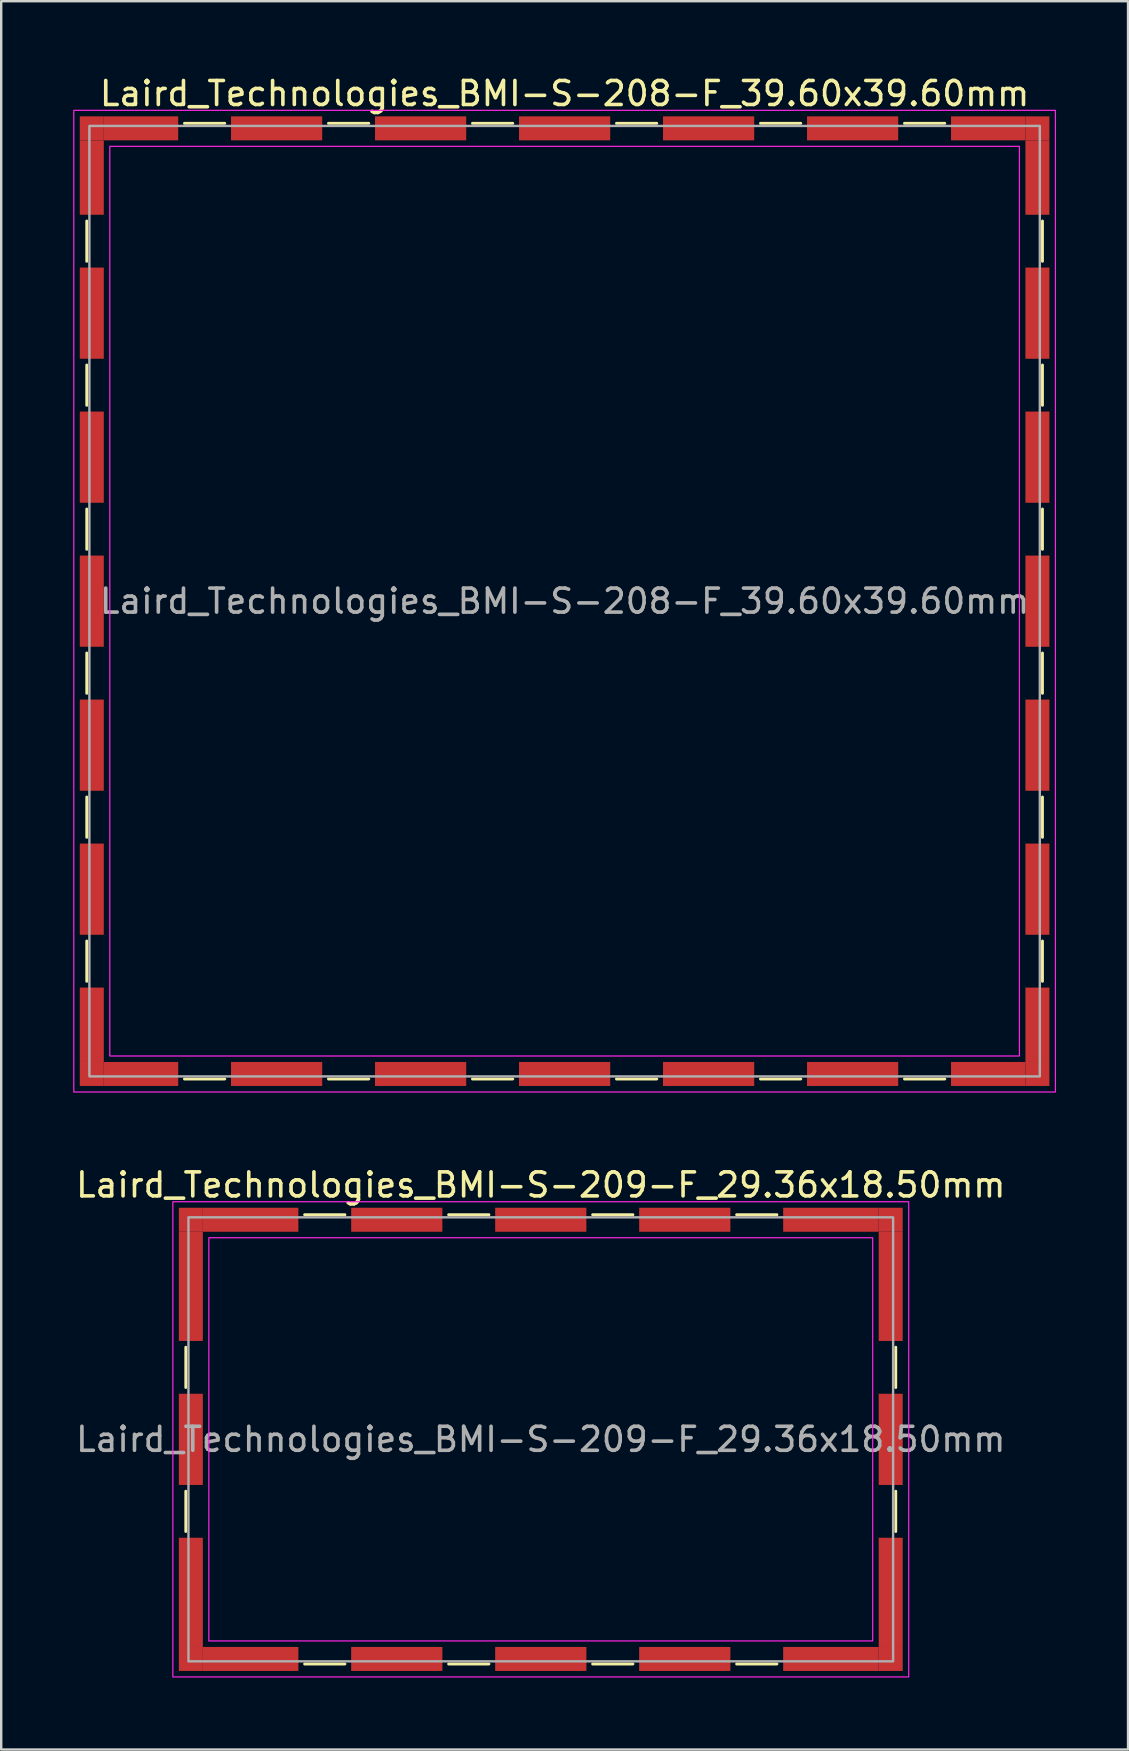
<source format=kicad_pcb>
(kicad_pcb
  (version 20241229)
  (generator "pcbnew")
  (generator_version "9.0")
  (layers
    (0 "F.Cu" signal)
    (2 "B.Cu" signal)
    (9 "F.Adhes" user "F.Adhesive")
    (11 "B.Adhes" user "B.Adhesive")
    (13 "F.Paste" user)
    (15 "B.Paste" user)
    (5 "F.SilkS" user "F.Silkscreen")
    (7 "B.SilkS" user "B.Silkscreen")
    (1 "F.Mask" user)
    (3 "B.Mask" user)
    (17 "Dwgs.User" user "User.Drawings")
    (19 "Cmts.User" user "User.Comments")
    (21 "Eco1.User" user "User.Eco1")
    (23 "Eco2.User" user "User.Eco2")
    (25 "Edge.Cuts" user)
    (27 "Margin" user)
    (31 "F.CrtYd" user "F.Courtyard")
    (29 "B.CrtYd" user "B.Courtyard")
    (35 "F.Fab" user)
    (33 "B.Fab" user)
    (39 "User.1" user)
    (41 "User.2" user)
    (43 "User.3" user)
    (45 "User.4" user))
  (footprint "Laird_Technologies_BMI-S-209-F_29.36x18.50mm"
    (layer "F.Cu")
    (at 19.482 56.922)
    (property "Reference" "Laird_Technologies_BMI-S-209-F_29.36x18.50mm" (at 0 -10.6 0) (layer "F.SilkS") (effects (font (size 1 1) (thickness 0.15))))
    (attr smd)
    (fp_line (start -14.79 -3.84) (end -14.79 -2.16) (stroke (width 0.12) (type solid)) (layer "F.SilkS"))
    (fp_line (start -14.79 2.16) (end -14.79 3.84) (stroke (width 0.12) (type solid)) (layer "F.SilkS"))
    (fp_line (start -9.84 -9.36) (end -8.16 -9.36) (stroke (width 0.12) (type solid)) (layer "F.SilkS"))
    (fp_line (start -9.84 9.36) (end -8.16 9.36) (stroke (width 0.12) (type solid)) (layer "F.SilkS"))
    (fp_line (start -3.84 -9.36) (end -2.16 -9.36) (stroke (width 0.12) (type solid)) (layer "F.SilkS"))
    (fp_line (start -3.84 9.36) (end -2.16 9.36) (stroke (width 0.12) (type solid)) (layer "F.SilkS"))
    (fp_line (start 2.16 -9.36) (end 3.84 -9.36) (stroke (width 0.12) (type solid)) (layer "F.SilkS"))
    (fp_line (start 2.16 9.36) (end 3.84 9.36) (stroke (width 0.12) (type solid)) (layer "F.SilkS"))
    (fp_line (start 8.16 -9.36) (end 9.84 -9.36) (stroke (width 0.12) (type solid)) (layer "F.SilkS"))
    (fp_line (start 8.16 9.36) (end 9.84 9.36) (stroke (width 0.12) (type solid)) (layer "F.SilkS"))
    (fp_line (start 14.79 -3.84) (end 14.79 -2.16) (stroke (width 0.12) (type solid)) (layer "F.SilkS"))
    (fp_line (start 14.79 2.16) (end 14.79 3.84) (stroke (width 0.12) (type solid)) (layer "F.SilkS"))
    (fp_rect (start -15.33 -9.9) (end 15.33 9.9) (stroke (width 0.05) (type solid)) (fill no) (layer "F.CrtYd"))
    (fp_rect (start -13.83 -8.4) (end 13.83 8.4) (stroke (width 0.05) (type solid)) (fill no) (layer "F.CrtYd"))
    (fp_rect (start -14.68 -9.25) (end 14.68 9.25) (stroke (width 0.1) (type solid)) (fill no) (layer "F.Fab"))
    (fp_text user "${REFERENCE}" (at 0 0 0) (layer "F.Fab") (effects (font (size 1 1) (thickness 0.15))))
    (pad "1" smd rect (at -14.58 -9.15) (size 1 1) (layers "F.Cu" "F.Mask" "F.Paste"))
    (pad "1" smd rect (at -14.58 -6.375) (size 1 4.55) (layers "F.Cu" "F.Mask" "F.Paste"))
    (pad "1" smd rect (at -14.58 0) (size 1 3.8) (layers "F.Cu" "F.Mask" "F.Paste"))
    (pad "1" smd rect (at -14.58 6.375) (size 1 4.55) (layers "F.Cu" "F.Mask" "F.Paste"))
    (pad "1" smd rect (at -14.58 9.15) (size 1 1) (layers "F.Cu" "F.Mask" "F.Paste"))
    (pad "1" smd rect (at -12.09 -9.15) (size 3.98 1) (layers "F.Cu" "F.Mask" "F.Paste"))
    (pad "1" smd rect (at -12.09 9.15) (size 3.98 1) (layers "F.Cu" "F.Mask" "F.Paste"))
    (pad "1" smd rect (at -6 -9.15) (size 3.8 1) (layers "F.Cu" "F.Mask" "F.Paste"))
    (pad "1" smd rect (at -6 9.15) (size 3.8 1) (layers "F.Cu" "F.Mask" "F.Paste"))
    (pad "1" smd rect (at 0 -9.15) (size 3.8 1) (layers "F.Cu" "F.Mask" "F.Paste"))
    (pad "1" smd rect (at 0 9.15) (size 3.8 1) (layers "F.Cu" "F.Mask" "F.Paste"))
    (pad "1" smd rect (at 6 -9.15) (size 3.8 1) (layers "F.Cu" "F.Mask" "F.Paste"))
    (pad "1" smd rect (at 6 9.15) (size 3.8 1) (layers "F.Cu" "F.Mask" "F.Paste"))
    (pad "1" smd rect (at 12.09 -9.15) (size 3.98 1) (layers "F.Cu" "F.Mask" "F.Paste"))
    (pad "1" smd rect (at 12.09 9.15) (size 3.98 1) (layers "F.Cu" "F.Mask" "F.Paste"))
    (pad "1" smd rect (at 14.58 -9.15) (size 1 1) (layers "F.Cu" "F.Mask" "F.Paste"))
    (pad "1" smd rect (at 14.58 -6.375) (size 1 4.55) (layers "F.Cu" "F.Mask" "F.Paste"))
    (pad "1" smd rect (at 14.58 0) (size 1 3.8) (layers "F.Cu" "F.Mask" "F.Paste"))
    (pad "1" smd rect (at 14.58 6.375) (size 1 4.55) (layers "F.Cu" "F.Mask" "F.Paste"))
    (pad "1" smd rect (at 14.58 9.15) (size 1 1) (layers "F.Cu" "F.Mask" "F.Paste")))
  (footprint "Laird_Technologies_BMI-S-208-F_39.60x39.60mm"
    (layer "F.Cu")
    (at 20.475 21.998)
    (property "Reference" "Laird_Technologies_BMI-S-208-F_39.60x39.60mm" (at 0 -21.15 0) (layer "F.SilkS") (effects (font (size 1 1) (thickness 0.15))))
    (attr smd)
    (fp_line (start -19.91 -15.84) (end -19.91 -14.16) (stroke (width 0.12) (type solid)) (layer "F.SilkS"))
    (fp_line (start -19.91 -9.84) (end -19.91 -8.16) (stroke (width 0.12) (type solid)) (layer "F.SilkS"))
    (fp_line (start -19.91 -3.84) (end -19.91 -2.16) (stroke (width 0.12) (type solid)) (layer "F.SilkS"))
    (fp_line (start -19.91 2.16) (end -19.91 3.84) (stroke (width 0.12) (type solid)) (layer "F.SilkS"))
    (fp_line (start -19.91 8.16) (end -19.91 9.84) (stroke (width 0.12) (type solid)) (layer "F.SilkS"))
    (fp_line (start -19.91 14.16) (end -19.91 15.84) (stroke (width 0.12) (type solid)) (layer "F.SilkS"))
    (fp_line (start -15.84 -19.91) (end -14.16 -19.91) (stroke (width 0.12) (type solid)) (layer "F.SilkS"))
    (fp_line (start -15.84 19.91) (end -14.16 19.91) (stroke (width 0.12) (type solid)) (layer "F.SilkS"))
    (fp_line (start -9.84 -19.91) (end -8.16 -19.91) (stroke (width 0.12) (type solid)) (layer "F.SilkS"))
    (fp_line (start -9.84 19.91) (end -8.16 19.91) (stroke (width 0.12) (type solid)) (layer "F.SilkS"))
    (fp_line (start -3.84 -19.91) (end -2.16 -19.91) (stroke (width 0.12) (type solid)) (layer "F.SilkS"))
    (fp_line (start -3.84 19.91) (end -2.16 19.91) (stroke (width 0.12) (type solid)) (layer "F.SilkS"))
    (fp_line (start 2.16 -19.91) (end 3.84 -19.91) (stroke (width 0.12) (type solid)) (layer "F.SilkS"))
    (fp_line (start 2.16 19.91) (end 3.84 19.91) (stroke (width 0.12) (type solid)) (layer "F.SilkS"))
    (fp_line (start 8.16 -19.91) (end 9.84 -19.91) (stroke (width 0.12) (type solid)) (layer "F.SilkS"))
    (fp_line (start 8.16 19.91) (end 9.84 19.91) (stroke (width 0.12) (type solid)) (layer "F.SilkS"))
    (fp_line (start 14.16 -19.91) (end 15.84 -19.91) (stroke (width 0.12) (type solid)) (layer "F.SilkS"))
    (fp_line (start 14.16 19.91) (end 15.84 19.91) (stroke (width 0.12) (type solid)) (layer "F.SilkS"))
    (fp_line (start 19.91 -15.84) (end 19.91 -14.16) (stroke (width 0.12) (type solid)) (layer "F.SilkS"))
    (fp_line (start 19.91 -9.84) (end 19.91 -8.16) (stroke (width 0.12) (type solid)) (layer "F.SilkS"))
    (fp_line (start 19.91 -3.84) (end 19.91 -2.16) (stroke (width 0.12) (type solid)) (layer "F.SilkS"))
    (fp_line (start 19.91 2.16) (end 19.91 3.84) (stroke (width 0.12) (type solid)) (layer "F.SilkS"))
    (fp_line (start 19.91 8.16) (end 19.91 9.84) (stroke (width 0.12) (type solid)) (layer "F.SilkS"))
    (fp_line (start 19.91 14.16) (end 19.91 15.84) (stroke (width 0.12) (type solid)) (layer "F.SilkS"))
    (fp_rect (start -20.45 -20.45) (end 20.45 20.45) (stroke (width 0.05) (type solid)) (fill no) (layer "F.CrtYd"))
    (fp_rect (start -18.95 -18.95) (end 18.95 18.95) (stroke (width 0.05) (type solid)) (fill no) (layer "F.CrtYd"))
    (fp_rect (start -19.8 -19.8) (end 19.8 19.8) (stroke (width 0.1) (type solid)) (fill no) (layer "F.Fab"))
    (fp_text user "${REFERENCE}" (at 0 0 0) (layer "F.Fab") (effects (font (size 1 1) (thickness 0.15))))
    (pad "1" smd rect (at -19.7 -19.7) (size 1 1) (layers "F.Cu" "F.Mask" "F.Paste"))
    (pad "1" smd rect (at -19.7 -17.65) (size 1 3.1) (layers "F.Cu" "F.Mask" "F.Paste"))
    (pad "1" smd rect (at -19.7 -12) (size 1 3.8) (layers "F.Cu" "F.Mask" "F.Paste"))
    (pad "1" smd rect (at -19.7 -6) (size 1 3.8) (layers "F.Cu" "F.Mask" "F.Paste"))
    (pad "1" smd rect (at -19.7 0) (size 1 3.8) (layers "F.Cu" "F.Mask" "F.Paste"))
    (pad "1" smd rect (at -19.7 6) (size 1 3.8) (layers "F.Cu" "F.Mask" "F.Paste"))
    (pad "1" smd rect (at -19.7 12) (size 1 3.8) (layers "F.Cu" "F.Mask" "F.Paste"))
    (pad "1" smd rect (at -19.7 17.65) (size 1 3.1) (layers "F.Cu" "F.Mask" "F.Paste"))
    (pad "1" smd rect (at -19.7 19.7) (size 1 1) (layers "F.Cu" "F.Mask" "F.Paste"))
    (pad "1" smd rect (at -17.65 -19.7) (size 3.1 1) (layers "F.Cu" "F.Mask" "F.Paste"))
    (pad "1" smd rect (at -17.65 19.7) (size 3.1 1) (layers "F.Cu" "F.Mask" "F.Paste"))
    (pad "1" smd rect (at -12 -19.7) (size 3.8 1) (layers "F.Cu" "F.Mask" "F.Paste"))
    (pad "1" smd rect (at -12 19.7) (size 3.8 1) (layers "F.Cu" "F.Mask" "F.Paste"))
    (pad "1" smd rect (at -6 -19.7) (size 3.8 1) (layers "F.Cu" "F.Mask" "F.Paste"))
    (pad "1" smd rect (at -6 19.7) (size 3.8 1) (layers "F.Cu" "F.Mask" "F.Paste"))
    (pad "1" smd rect (at 0 -19.7) (size 3.8 1) (layers "F.Cu" "F.Mask" "F.Paste"))
    (pad "1" smd rect (at 0 19.7) (size 3.8 1) (layers "F.Cu" "F.Mask" "F.Paste"))
    (pad "1" smd rect (at 6 -19.7) (size 3.8 1) (layers "F.Cu" "F.Mask" "F.Paste"))
    (pad "1" smd rect (at 6 19.7) (size 3.8 1) (layers "F.Cu" "F.Mask" "F.Paste"))
    (pad "1" smd rect (at 12 -19.7) (size 3.8 1) (layers "F.Cu" "F.Mask" "F.Paste"))
    (pad "1" smd rect (at 12 19.7) (size 3.8 1) (layers "F.Cu" "F.Mask" "F.Paste"))
    (pad "1" smd rect (at 17.65 -19.7) (size 3.1 1) (layers "F.Cu" "F.Mask" "F.Paste"))
    (pad "1" smd rect (at 17.65 19.7) (size 3.1 1) (layers "F.Cu" "F.Mask" "F.Paste"))
    (pad "1" smd rect (at 19.7 -19.7) (size 1 1) (layers "F.Cu" "F.Mask" "F.Paste"))
    (pad "1" smd rect (at 19.7 -17.65) (size 1 3.1) (layers "F.Cu" "F.Mask" "F.Paste"))
    (pad "1" smd rect (at 19.7 -12) (size 1 3.8) (layers "F.Cu" "F.Mask" "F.Paste"))
    (pad "1" smd rect (at 19.7 -6) (size 1 3.8) (layers "F.Cu" "F.Mask" "F.Paste"))
    (pad "1" smd rect (at 19.7 0) (size 1 3.8) (layers "F.Cu" "F.Mask" "F.Paste"))
    (pad "1" smd rect (at 19.7 6) (size 1 3.8) (layers "F.Cu" "F.Mask" "F.Paste"))
    (pad "1" smd rect (at 19.7 12) (size 1 3.8) (layers "F.Cu" "F.Mask" "F.Paste"))
    (pad "1" smd rect (at 19.7 17.65) (size 1 3.1) (layers "F.Cu" "F.Mask" "F.Paste"))
    (pad "1" smd rect (at 19.7 19.7) (size 1 1) (layers "F.Cu" "F.Mask" "F.Paste")))
  (gr_rect
    (start -3 -3)
    (end 43.95 69.847)
    (stroke (width 0.1) (type default))
    (fill no)
    (layer "Edge.Cuts")))
</source>
